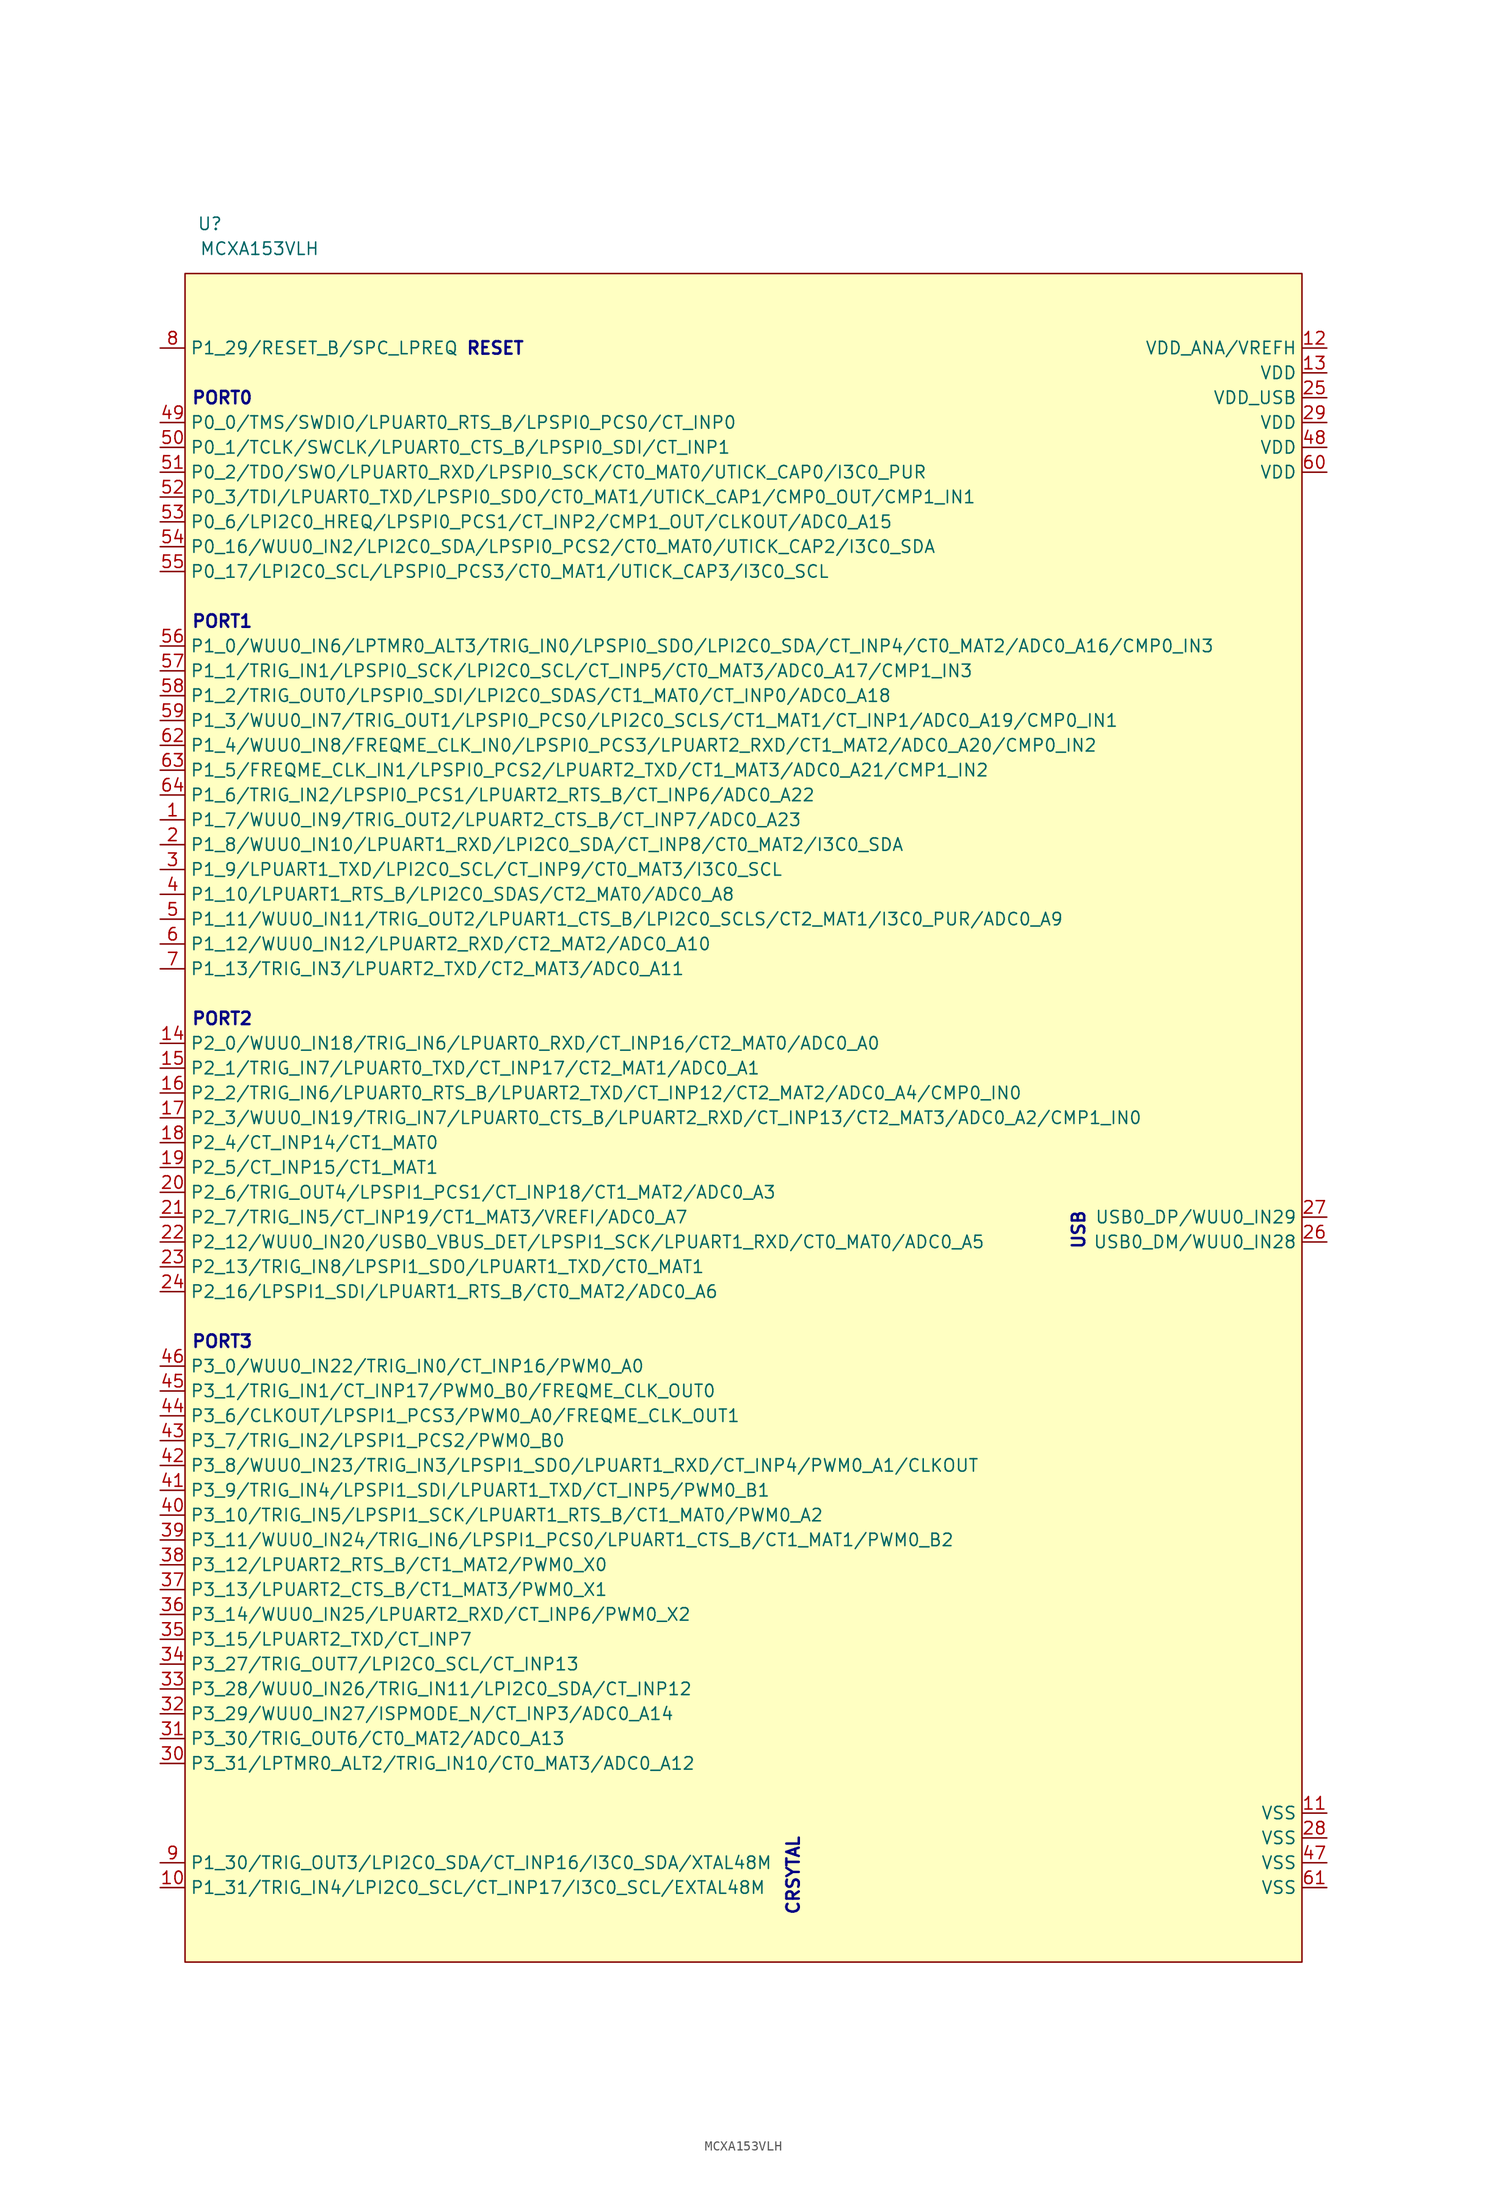
<source format=kicad_sym>
(kicad_symbol_lib
  (version 20220914)
  (generator kicad_symbol_editor)
  (symbol "MCXA153VLH"
    (property "Reference" "U"
      (at -55.88 12.7 0)
      (effects (font (size 1.27 1.27))))
    (property "Value" "MCXA153VLH"
      (at -50.8 10.16 0)
      (effects (font (size 1.27 1.27))))
    (symbol "MCXA153VLH_1_0"
      (text "PORT0" (at -54.61 -5.08 0) (effects (font (size 1.27 1.27) bold (color 0 0 132 1))))
      (text "PORT1\n" (at -54.61 -27.94 0) (effects (font (size 1.27 1.27) bold (color 0 0 132 1))))
      (text "PORT2\n" (at -54.61 -68.58 0) (effects (font (size 1.27 1.27) bold (color 0 0 132 1))))
      (text "PORT3\n" (at -54.61 -101.6 0) (effects (font (size 1.27 1.27) bold (color 0 0 132 1)))))
    (symbol "MCXA153VLH_1_1"
      (rectangle (start -58.42 7.62) (end 55.88 -165.1) (stroke (width 0) (type default)) (fill (type background)))
      (text "CRSYTAL" (at 3.81 -156.21 900) (effects (font (size 1.27 1.27) bold (color 0 0 132 1))))
      (text "RESET" (at -26.67 0 0) (effects (font (size 1.27 1.27) bold (color 0 0 132 1))))
      (text "USB" (at 33.02 -90.17 900) (effects (font (size 1.27 1.27) bold (color 0 0 132 1))))
      (pin bidirectional line (at -60.96 -48.26 0) (length 2.54) (name "P1_7/WUU0_IN9/TRIG_OUT2/LPUART2_CTS_B/CT_INP7/ADC0_A23" (effects (font (size 1.27 1.27)))) (number "1" (effects (font (size 1.27 1.27)))))
      (pin bidirectional line (at -60.96 -157.48 0) (length 2.54) (name "P1_31/TRIG_IN4/LPI2C0_SCL/CT_INP17/I3C0_SCL/EXTAL48M" (effects (font (size 1.27 1.27)))) (number "10" (effects (font (size 1.27 1.27)))))
      (pin passive line (at 58.42 -149.86 180) (length 2.54) (name "VSS" (effects (font (size 1.27 1.27)))) (number "11" (effects (font (size 1.27 1.27)))))
      (pin power_in line (at 58.42 0 180) (length 2.54) (name "VDD_ANA/VREFH" (effects (font (size 1.27 1.27)))) (number "12" (effects (font (size 1.27 1.27)))))
      (pin power_in line (at 58.42 -2.54 180) (length 2.54) (name "VDD" (effects (font (size 1.27 1.27)))) (number "13" (effects (font (size 1.27 1.27)))))
      (pin bidirectional line (at -60.96 -71.12 0) (length 2.54) (name "P2_0/WUU0_IN18/TRIG_IN6/LPUART0_RXD/CT_INP16/CT2_MAT0/ADC0_A0" (effects (font (size 1.27 1.27)))) (number "14" (effects (font (size 1.27 1.27)))))
      (pin bidirectional line (at -60.96 -73.66 0) (length 2.54) (name "P2_1/TRIG_IN7/LPUART0_TXD/CT_INP17/CT2_MAT1/ADC0_A1" (effects (font (size 1.27 1.27)))) (number "15" (effects (font (size 1.27 1.27)))))
      (pin bidirectional line (at -60.96 -76.2 0) (length 2.54) (name "P2_2/TRIG_IN6/LPUART0_RTS_B/LPUART2_TXD/CT_INP12/CT2_MAT2/ADC0_A4/CMP0_IN0" (effects (font (size 1.27 1.27)))) (number "16" (effects (font (size 1.27 1.27)))))
      (pin bidirectional line (at -60.96 -78.74 0) (length 2.54) (name "P2_3/WUU0_IN19/TRIG_IN7/LPUART0_CTS_B/LPUART2_RXD/CT_INP13/CT2_MAT3/ADC0_A2/CMP1_IN0" (effects (font (size 1.27 1.27)))) (number "17" (effects (font (size 1.27 1.27)))))
      (pin bidirectional line (at -60.96 -81.28 0) (length 2.54) (name "P2_4/CT_INP14/CT1_MAT0" (effects (font (size 1.27 1.27)))) (number "18" (effects (font (size 1.27 1.27)))))
      (pin bidirectional line (at -60.96 -83.82 0) (length 2.54) (name "P2_5/CT_INP15/CT1_MAT1" (effects (font (size 1.27 1.27)))) (number "19" (effects (font (size 1.27 1.27)))))
      (pin bidirectional line (at -60.96 -50.8 0) (length 2.54) (name "P1_8/WUU0_IN10/LPUART1_RXD/LPI2C0_SDA/CT_INP8/CT0_MAT2/I3C0_SDA" (effects (font (size 1.27 1.27)))) (number "2" (effects (font (size 1.27 1.27)))))
      (pin bidirectional line (at -60.96 -86.36 0) (length 2.54) (name "P2_6/TRIG_OUT4/LPSPI1_PCS1/CT_INP18/CT1_MAT2/ADC0_A3" (effects (font (size 1.27 1.27)))) (number "20" (effects (font (size 1.27 1.27)))))
      (pin bidirectional line (at -60.96 -88.9 0) (length 2.54) (name "P2_7/TRIG_IN5/CT_INP19/CT1_MAT3/VREFI/ADC0_A7" (effects (font (size 1.27 1.27)))) (number "21" (effects (font (size 1.27 1.27)))))
      (pin bidirectional line (at -60.96 -91.44 0) (length 2.54) (name "P2_12/WUU0_IN20/USB0_VBUS_DET/LPSPI1_SCK/LPUART1_RXD/CT0_MAT0/ADC0_A5" (effects (font (size 1.27 1.27)))) (number "22" (effects (font (size 1.27 1.27)))))
      (pin bidirectional line (at -60.96 -93.98 0) (length 2.54) (name "P2_13/TRIG_IN8/LPSPI1_SDO/LPUART1_TXD/CT0_MAT1" (effects (font (size 1.27 1.27)))) (number "23" (effects (font (size 1.27 1.27)))))
      (pin bidirectional line (at -60.96 -96.52 0) (length 2.54) (name "P2_16/LPSPI1_SDI/LPUART1_RTS_B/CT0_MAT2/ADC0_A6" (effects (font (size 1.27 1.27)))) (number "24" (effects (font (size 1.27 1.27)))))
      (pin power_in line (at 58.42 -5.08 180) (length 2.54) (name "VDD_USB" (effects (font (size 1.27 1.27)))) (number "25" (effects (font (size 1.27 1.27)))))
      (pin bidirectional line (at 58.42 -91.44 180) (length 2.54) (name "USB0_DM/WUU0_IN28" (effects (font (size 1.27 1.27)))) (number "26" (effects (font (size 1.27 1.27)))))
      (pin bidirectional line (at 58.42 -88.9 180) (length 2.54) (name "USB0_DP/WUU0_IN29" (effects (font (size 1.27 1.27)))) (number "27" (effects (font (size 1.27 1.27)))))
      (pin passive line (at 58.42 -152.4 180) (length 2.54) (name "VSS" (effects (font (size 1.27 1.27)))) (number "28" (effects (font (size 1.27 1.27)))))
      (pin power_in line (at 58.42 -7.62 180) (length 2.54) (name "VDD" (effects (font (size 1.27 1.27)))) (number "29" (effects (font (size 1.27 1.27)))))
      (pin bidirectional line (at -60.96 -53.34 0) (length 2.54) (name "P1_9/LPUART1_TXD/LPI2C0_SCL/CT_INP9/CT0_MAT3/I3C0_SCL" (effects (font (size 1.27 1.27)))) (number "3" (effects (font (size 1.27 1.27)))))
      (pin bidirectional line (at -60.96 -144.78 0) (length 2.54) (name "P3_31/LPTMR0_ALT2/TRIG_IN10/CT0_MAT3/ADC0_A12" (effects (font (size 1.27 1.27)))) (number "30" (effects (font (size 1.27 1.27)))))
      (pin bidirectional line (at -60.96 -142.24 0) (length 2.54) (name "P3_30/TRIG_OUT6/CT0_MAT2/ADC0_A13" (effects (font (size 1.27 1.27)))) (number "31" (effects (font (size 1.27 1.27)))))
      (pin bidirectional line (at -60.96 -139.7 0) (length 2.54) (name "P3_29/WUU0_IN27/ISPMODE_N/CT_INP3/ADC0_A14" (effects (font (size 1.27 1.27)))) (number "32" (effects (font (size 1.27 1.27)))))
      (pin bidirectional line (at -60.96 -137.16 0) (length 2.54) (name "P3_28/WUU0_IN26/TRIG_IN11/LPI2C0_SDA/CT_INP12" (effects (font (size 1.27 1.27)))) (number "33" (effects (font (size 1.27 1.27)))))
      (pin bidirectional line (at -60.96 -134.62 0) (length 2.54) (name "P3_27/TRIG_OUT7/LPI2C0_SCL/CT_INP13" (effects (font (size 1.27 1.27)))) (number "34" (effects (font (size 1.27 1.27)))))
      (pin bidirectional line (at -60.96 -132.08 0) (length 2.54) (name "P3_15/LPUART2_TXD/CT_INP7" (effects (font (size 1.27 1.27)))) (number "35" (effects (font (size 1.27 1.27)))))
      (pin bidirectional line (at -60.96 -129.54 0) (length 2.54) (name "P3_14/WUU0_IN25/LPUART2_RXD/CT_INP6/PWM0_X2" (effects (font (size 1.27 1.27)))) (number "36" (effects (font (size 1.27 1.27)))))
      (pin bidirectional line (at -60.96 -127 0) (length 2.54) (name "P3_13/LPUART2_CTS_B/CT1_MAT3/PWM0_X1" (effects (font (size 1.27 1.27)))) (number "37" (effects (font (size 1.27 1.27)))))
      (pin bidirectional line (at -60.96 -124.46 0) (length 2.54) (name "P3_12/LPUART2_RTS_B/CT1_MAT2/PWM0_X0" (effects (font (size 1.27 1.27)))) (number "38" (effects (font (size 1.27 1.27)))))
      (pin bidirectional line (at -60.96 -121.92 0) (length 2.54) (name "P3_11/WUU0_IN24/TRIG_IN6/LPSPI1_PCS0/LPUART1_CTS_B/CT1_MAT1/PWM0_B2" (effects (font (size 1.27 1.27)))) (number "39" (effects (font (size 1.27 1.27)))))
      (pin bidirectional line (at -60.96 -55.88 0) (length 2.54) (name "P1_10/LPUART1_RTS_B/LPI2C0_SDAS/CT2_MAT0/ADC0_A8" (effects (font (size 1.27 1.27)))) (number "4" (effects (font (size 1.27 1.27)))))
      (pin bidirectional line (at -60.96 -119.38 0) (length 2.54) (name "P3_10/TRIG_IN5/LPSPI1_SCK/LPUART1_RTS_B/CT1_MAT0/PWM0_A2" (effects (font (size 1.27 1.27)))) (number "40" (effects (font (size 1.27 1.27)))))
      (pin bidirectional line (at -60.96 -116.84 0) (length 2.54) (name "P3_9/TRIG_IN4/LPSPI1_SDI/LPUART1_TXD/CT_INP5/PWM0_B1" (effects (font (size 1.27 1.27)))) (number "41" (effects (font (size 1.27 1.27)))))
      (pin bidirectional line (at -60.96 -114.3 0) (length 2.54) (name "P3_8/WUU0_IN23/TRIG_IN3/LPSPI1_SDO/LPUART1_RXD/CT_INP4/PWM0_A1/CLKOUT" (effects (font (size 1.27 1.27)))) (number "42" (effects (font (size 1.27 1.27)))))
      (pin bidirectional line (at -60.96 -111.76 0) (length 2.54) (name "P3_7/TRIG_IN2/LPSPI1_PCS2/PWM0_B0" (effects (font (size 1.27 1.27)))) (number "43" (effects (font (size 1.27 1.27)))))
      (pin bidirectional line (at -60.96 -109.22 0) (length 2.54) (name "P3_6/CLKOUT/LPSPI1_PCS3/PWM0_A0/FREQME_CLK_OUT1" (effects (font (size 1.27 1.27)))) (number "44" (effects (font (size 1.27 1.27)))))
      (pin bidirectional line (at -60.96 -106.68 0) (length 2.54) (name "P3_1/TRIG_IN1/CT_INP17/PWM0_B0/FREQME_CLK_OUT0" (effects (font (size 1.27 1.27)))) (number "45" (effects (font (size 1.27 1.27)))))
      (pin bidirectional line (at -60.96 -104.14 0) (length 2.54) (name "P3_0/WUU0_IN22/TRIG_IN0/CT_INP16/PWM0_A0" (effects (font (size 1.27 1.27)))) (number "46" (effects (font (size 1.27 1.27)))))
      (pin passive line (at 58.42 -154.94 180) (length 2.54) (name "VSS" (effects (font (size 1.27 1.27)))) (number "47" (effects (font (size 1.27 1.27)))))
      (pin power_in line (at 58.42 -10.16 180) (length 2.54) (name "VDD" (effects (font (size 1.27 1.27)))) (number "48" (effects (font (size 1.27 1.27)))))
      (pin bidirectional line (at -60.96 -7.62 0) (length 2.54) (name "P0_0/TMS/SWDIO/LPUART0_RTS_B/LPSPI0_PCS0/CT_INP0" (effects (font (size 1.27 1.27)))) (number "49" (effects (font (size 1.27 1.27)))))
      (pin bidirectional line (at -60.96 -58.42 0) (length 2.54) (name "P1_11/WUU0_IN11/TRIG_OUT2/LPUART1_CTS_B/LPI2C0_SCLS/CT2_MAT1/I3C0_PUR/ADC0_A9" (effects (font (size 1.27 1.27)))) (number "5" (effects (font (size 1.27 1.27)))))
      (pin bidirectional line (at -60.96 -10.16 0) (length 2.54) (name "P0_1/TCLK/SWCLK/LPUART0_CTS_B/LPSPI0_SDI/CT_INP1" (effects (font (size 1.27 1.27)))) (number "50" (effects (font (size 1.27 1.27)))))
      (pin bidirectional line (at -60.96 -12.7 0) (length 2.54) (name "P0_2/TDO/SWO/LPUART0_RXD/LPSPI0_SCK/CT0_MAT0/UTICK_CAP0/I3C0_PUR" (effects (font (size 1.27 1.27)))) (number "51" (effects (font (size 1.27 1.27)))))
      (pin bidirectional line (at -60.96 -15.24 0) (length 2.54) (name "P0_3/TDI/LPUART0_TXD/LPSPI0_SDO/CT0_MAT1/UTICK_CAP1/CMP0_OUT/CMP1_IN1" (effects (font (size 1.27 1.27)))) (number "52" (effects (font (size 1.27 1.27)))))
      (pin bidirectional line (at -60.96 -17.78 0) (length 2.54) (name "P0_6/LPI2C0_HREQ/LPSPI0_PCS1/CT_INP2/CMP1_OUT/CLKOUT/ADC0_A15" (effects (font (size 1.27 1.27)))) (number "53" (effects (font (size 1.27 1.27)))))
      (pin bidirectional line (at -60.96 -20.32 0) (length 2.54) (name "P0_16/WUU0_IN2/LPI2C0_SDA/LPSPI0_PCS2/CT0_MAT0/UTICK_CAP2/I3C0_SDA" (effects (font (size 1.27 1.27)))) (number "54" (effects (font (size 1.27 1.27)))))
      (pin bidirectional line (at -60.96 -22.86 0) (length 2.54) (name "P0_17/LPI2C0_SCL/LPSPI0_PCS3/CT0_MAT1/UTICK_CAP3/I3C0_SCL" (effects (font (size 1.27 1.27)))) (number "55" (effects (font (size 1.27 1.27)))))
      (pin bidirectional line (at -60.96 -30.48 0) (length 2.54) (name "P1_0/WUU0_IN6/LPTMR0_ALT3/TRIG_IN0/LPSPI0_SDO/LPI2C0_SDA/CT_INP4/CT0_MAT2/ADC0_A16/CMP0_IN3" (effects (font (size 1.27 1.27)))) (number "56" (effects (font (size 1.27 1.27)))))
      (pin bidirectional line (at -60.96 -33.02 0) (length 2.54) (name "P1_1/TRIG_IN1/LPSPI0_SCK/LPI2C0_SCL/CT_INP5/CT0_MAT3/ADC0_A17/CMP1_IN3" (effects (font (size 1.27 1.27)))) (number "57" (effects (font (size 1.27 1.27)))))
      (pin bidirectional line (at -60.96 -35.56 0) (length 2.54) (name "P1_2/TRIG_OUT0/LPSPI0_SDI/LPI2C0_SDAS/CT1_MAT0/CT_INP0/ADC0_A18" (effects (font (size 1.27 1.27)))) (number "58" (effects (font (size 1.27 1.27)))))
      (pin bidirectional line (at -60.96 -38.1 0) (length 2.54) (name "P1_3/WUU0_IN7/TRIG_OUT1/LPSPI0_PCS0/LPI2C0_SCLS/CT1_MAT1/CT_INP1/ADC0_A19/CMP0_IN1" (effects (font (size 1.27 1.27)))) (number "59" (effects (font (size 1.27 1.27)))))
      (pin bidirectional line (at -60.96 -60.96 0) (length 2.54) (name "P1_12/WUU0_IN12/LPUART2_RXD/CT2_MAT2/ADC0_A10" (effects (font (size 1.27 1.27)))) (number "6" (effects (font (size 1.27 1.27)))))
      (pin power_in line (at 58.42 -12.7 180) (length 2.54) (name "VDD" (effects (font (size 1.27 1.27)))) (number "60" (effects (font (size 1.27 1.27)))))
      (pin passive line (at 58.42 -157.48 180) (length 2.54) (name "VSS" (effects (font (size 1.27 1.27)))) (number "61" (effects (font (size 1.27 1.27)))))
      (pin bidirectional line (at -60.96 -40.64 0) (length 2.54) (name "P1_4/WUU0_IN8/FREQME_CLK_IN0/LPSPI0_PCS3/LPUART2_RXD/CT1_MAT2/ADC0_A20/CMP0_IN2" (effects (font (size 1.27 1.27)))) (number "62" (effects (font (size 1.27 1.27)))))
      (pin bidirectional line (at -60.96 -43.18 0) (length 2.54) (name "P1_5/FREQME_CLK_IN1/LPSPI0_PCS2/LPUART2_TXD/CT1_MAT3/ADC0_A21/CMP1_IN2" (effects (font (size 1.27 1.27)))) (number "63" (effects (font (size 1.27 1.27)))))
      (pin bidirectional line (at -60.96 -45.72 0) (length 2.54) (name "P1_6/TRIG_IN2/LPSPI0_PCS1/LPUART2_RTS_B/CT_INP6/ADC0_A22" (effects (font (size 1.27 1.27)))) (number "64" (effects (font (size 1.27 1.27)))))
      (pin bidirectional line (at -60.96 -63.5 0) (length 2.54) (name "P1_13/TRIG_IN3/LPUART2_TXD/CT2_MAT3/ADC0_A11" (effects (font (size 1.27 1.27)))) (number "7" (effects (font (size 1.27 1.27)))))
      (pin bidirectional line (at -60.96 0 0) (length 2.54) (name "P1_29/RESET_B/SPC_LPREQ" (effects (font (size 1.27 1.27)))) (number "8" (effects (font (size 1.27 1.27)))))
      (pin bidirectional line (at -60.96 -154.94 0) (length 2.54) (name "P1_30/TRIG_OUT3/LPI2C0_SDA/CT_INP16/I3C0_SDA/XTAL48M" (effects (font (size 1.27 1.27)))) (number "9" (effects (font (size 1.27 1.27))))))))
</source>
